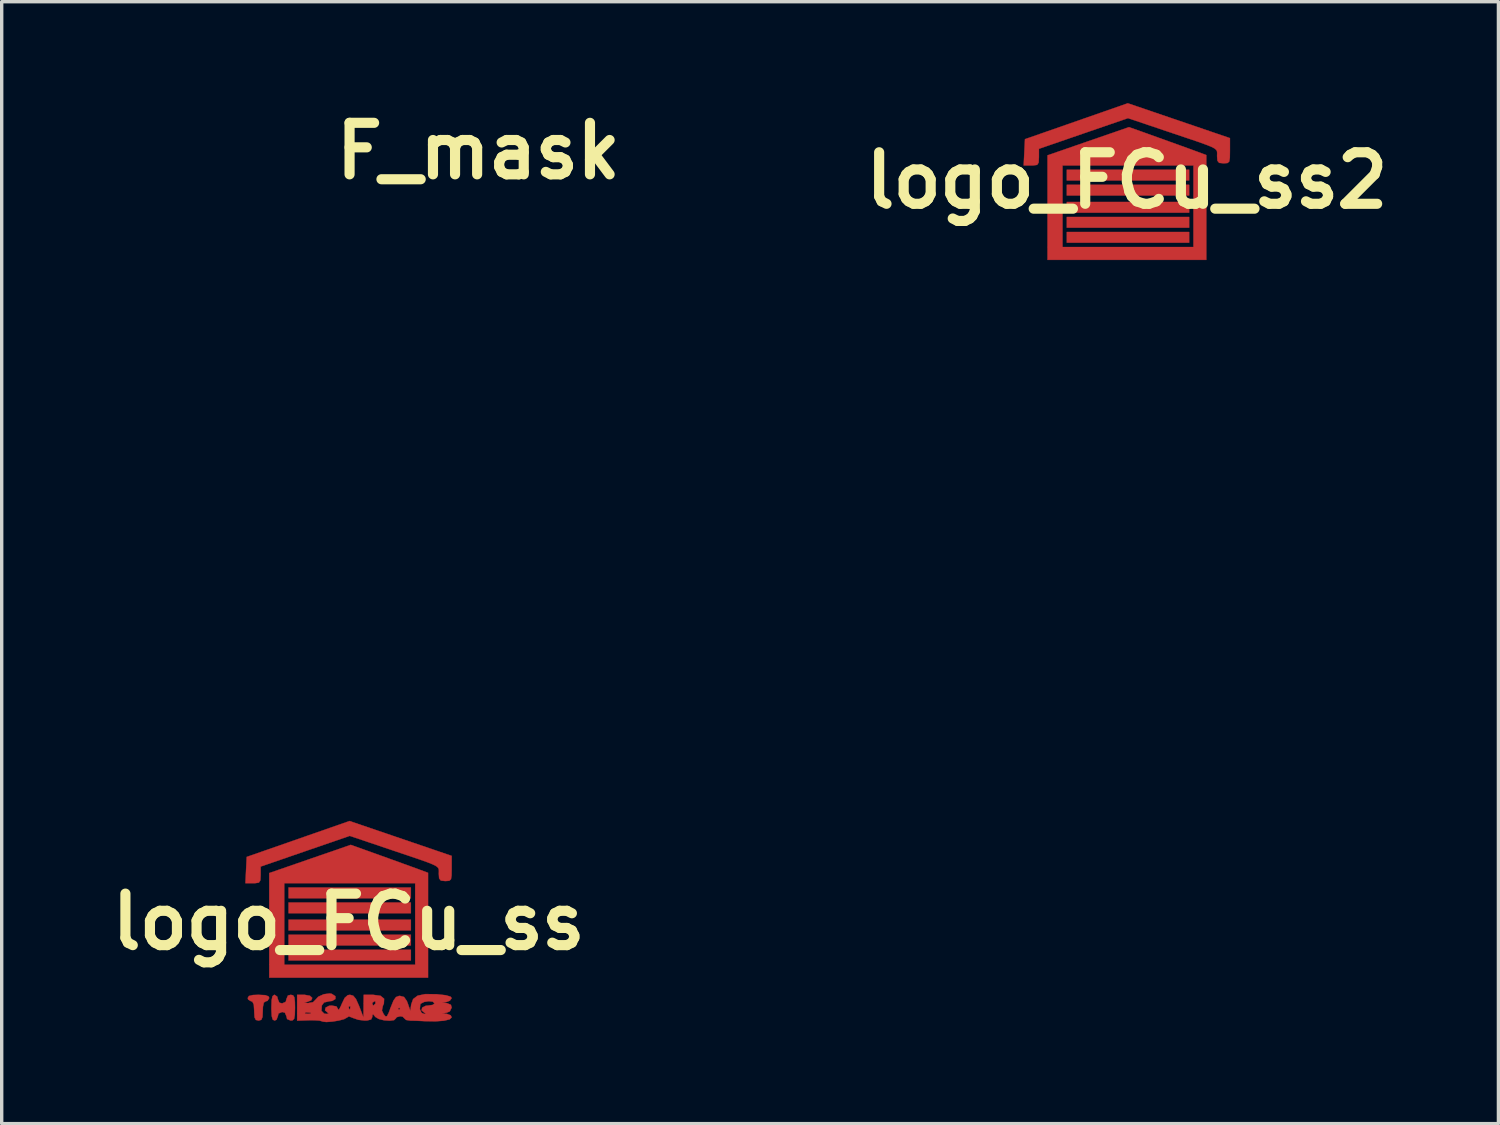
<source format=kicad_pcb>
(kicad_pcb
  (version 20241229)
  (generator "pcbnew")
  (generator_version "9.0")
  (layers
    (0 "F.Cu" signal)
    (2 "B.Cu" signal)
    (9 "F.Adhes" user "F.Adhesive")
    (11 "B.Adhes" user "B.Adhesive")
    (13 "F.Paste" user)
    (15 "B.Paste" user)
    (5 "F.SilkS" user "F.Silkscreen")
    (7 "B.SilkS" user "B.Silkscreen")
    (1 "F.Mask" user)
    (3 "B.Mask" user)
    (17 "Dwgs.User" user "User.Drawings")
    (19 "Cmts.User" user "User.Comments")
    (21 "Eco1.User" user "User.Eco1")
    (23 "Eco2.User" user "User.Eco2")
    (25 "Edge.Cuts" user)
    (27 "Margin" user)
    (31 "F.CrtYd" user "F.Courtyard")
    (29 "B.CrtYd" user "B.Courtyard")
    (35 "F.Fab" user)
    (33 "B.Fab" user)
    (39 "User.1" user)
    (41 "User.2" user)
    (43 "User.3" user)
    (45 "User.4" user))
  (footprint "logo_FCu_ss2"
    (layer "F.Cu")
    (at 30.287 2.289)
    (property "Reference" "logo_FCu_ss2" (at 0 0 0) (layer "F.SilkS") (effects (font (size 1.524 1.524) (thickness 0.3))))
    (attr through_hole)
    (fp_poly (pts (xy 1.841 0) (xy -1.778 0) (xy -1.778 -0.318) (xy 1.841 -0.318) (xy 1.841 0)) (stroke (width 0.01) (type solid)) (fill yes) (layer "F.Cu"))
    (fp_poly (pts (xy 1.841 0.445) (xy -1.778 0.445) (xy -1.778 0.127) (xy 1.841 0.127) (xy 1.841 0.445)) (stroke (width 0.01) (type solid)) (fill yes) (layer "F.Cu"))
    (fp_poly (pts (xy 1.841 0.953) (xy -1.778 0.953) (xy -1.778 0.635) (xy 1.841 0.635) (xy 1.841 0.953)) (stroke (width 0.01) (type solid)) (fill yes) (layer "F.Cu"))
    (fp_poly (pts (xy 1.841 1.397) (xy -1.778 1.397) (xy -1.778 1.079) (xy 1.841 1.079) (xy 1.841 1.397)) (stroke (width 0.01) (type solid)) (fill yes) (layer "F.Cu"))
    (fp_poly (pts (xy 1.841 1.841) (xy -1.778 1.841) (xy -1.778 1.524) (xy 1.841 1.524) (xy 1.841 1.841)) (stroke (width 0.01) (type solid)) (fill yes) (layer "F.Cu"))
    (fp_poly (pts (xy 0.936 -1.265) (xy 1.273 -1.144) (xy 1.59 -1.03) (xy 1.858 -0.933) (xy 2.045 -0.864) (xy 2.08 -0.852) (xy 2.349 -0.751) (xy 2.349 0.799) (xy 2.349 2.349) (xy -2.349 2.349) (xy -2.349 -0.445) (xy -1.905 -0.445) (xy -1.905 1.968) (xy 1.968 1.968) (xy 1.968 -0.445) (xy -1.905 -0.445) (xy -2.349 -0.445) (xy -2.349 -0.744) (xy -1.144 -1.161) (xy 0.062 -1.578) (xy 0.936 -1.265)) (stroke (width 0.01) (type solid)) (fill yes) (layer "F.Cu"))
    (fp_poly (pts (xy 3.048 -1.253) (xy 3.048 -0.88) (xy 3.045 -0.673) (xy 3.027 -0.561) (xy 2.978 -0.517) (xy 2.881 -0.508) (xy 2.857 -0.508) (xy 2.728 -0.521) (xy 2.676 -0.586) (xy 2.667 -0.723) (xy 2.669 -0.796) (xy 2.667 -0.853) (xy 2.646 -0.901) (xy 2.592 -0.948) (xy 2.491 -1) (xy 2.329 -1.064) (xy 2.093 -1.149) (xy 1.767 -1.259) (xy 1.339 -1.403) (xy 1.238 -1.437) (xy 0.032 -1.844) (xy -1.286 -1.391) (xy -2.603 -0.937) (xy -2.603 -0.691) (xy -2.611 -0.531) (xy -2.655 -0.462) (xy -2.771 -0.445) (xy -2.829 -0.445) (xy -3.054 -0.445) (xy -3.035 -0.833) (xy -3.016 -1.222) (xy 0.026 -2.284) (xy 3.048 -1.253)) (stroke (width 0.01) (type solid)) (fill yes) (layer "F.Cu")))
  (footprint "logo_FCu_ss"
    (layer "F.Cu")
    (at 7.264 24.22)
    (property "Reference" "logo_FCu_ss" (at 0 0 0) (layer "F.SilkS") (effects (font (size 1.524 1.524) (thickness 0.3))))
    (attr through_hole)
    (fp_poly (pts (xy 1.841 -0.699) (xy -1.778 -0.699) (xy -1.778 -1.016) (xy 1.841 -1.016) (xy 1.841 -0.699)) (stroke (width 0.01) (type solid)) (fill yes) (layer "F.Cu"))
    (fp_poly (pts (xy 1.841 -0.254) (xy -1.778 -0.254) (xy -1.778 -0.572) (xy 1.841 -0.572) (xy 1.841 -0.254)) (stroke (width 0.01) (type solid)) (fill yes) (layer "F.Cu"))
    (fp_poly (pts (xy 1.841 0.254) (xy -1.778 0.254) (xy -1.778 -0.064) (xy 1.841 -0.064) (xy 1.841 0.254)) (stroke (width 0.01) (type solid)) (fill yes) (layer "F.Cu"))
    (fp_poly (pts (xy 1.841 0.699) (xy -1.778 0.699) (xy -1.778 0.381) (xy 1.841 0.381) (xy 1.841 0.699)) (stroke (width 0.01) (type solid)) (fill yes) (layer "F.Cu"))
    (fp_poly (pts (xy 1.841 1.143) (xy -1.778 1.143) (xy -1.778 0.826) (xy 1.841 0.826) (xy 1.841 1.143)) (stroke (width 0.01) (type solid)) (fill yes) (layer "F.Cu"))
    (fp_poly (pts (xy 0.936 -1.964) (xy 1.273 -1.843) (xy 1.59 -1.728) (xy 1.858 -1.631) (xy 2.045 -1.563) (xy 2.08 -1.55) (xy 2.349 -1.45) (xy 2.349 0.101) (xy 2.349 1.651) (xy -2.349 1.651) (xy -2.349 -1.143) (xy -1.905 -1.143) (xy -1.905 1.27) (xy 1.968 1.27) (xy 1.968 -1.143) (xy -1.905 -1.143) (xy -2.349 -1.143) (xy -2.349 -1.443) (xy -1.144 -1.86) (xy 0.062 -2.277) (xy 0.936 -1.964)) (stroke (width 0.01) (type solid)) (fill yes) (layer "F.Cu"))
    (fp_poly (pts (xy -2.467 2.169) (xy -2.37 2.205) (xy -2.349 2.254) (xy -2.4 2.338) (xy -2.445 2.349) (xy -2.508 2.387) (xy -2.536 2.514) (xy -2.54 2.635) (xy -2.548 2.814) (xy -2.583 2.898) (xy -2.658 2.921) (xy -2.667 2.921) (xy -2.746 2.902) (xy -2.784 2.825) (xy -2.794 2.656) (xy -2.794 2.635) (xy -2.806 2.447) (xy -2.849 2.361) (xy -2.889 2.349) (xy -2.973 2.299) (xy -2.985 2.254) (xy -2.951 2.194) (xy -2.833 2.165) (xy -2.667 2.159) (xy -2.467 2.169)) (stroke (width 0.01) (type solid)) (fill yes) (layer "F.Cu"))
    (fp_poly (pts (xy -1.644 2.173) (xy -1.605 2.234) (xy -1.59 2.371) (xy -1.587 2.54) (xy -1.592 2.753) (xy -1.612 2.868) (xy -1.658 2.914) (xy -1.714 2.921) (xy -1.821 2.876) (xy -1.841 2.794) (xy -1.886 2.688) (xy -1.968 2.667) (xy -2.075 2.712) (xy -2.095 2.794) (xy -2.135 2.897) (xy -2.191 2.921) (xy -2.246 2.892) (xy -2.276 2.788) (xy -2.286 2.586) (xy -2.286 2.54) (xy -2.279 2.319) (xy -2.253 2.2) (xy -2.202 2.16) (xy -2.191 2.159) (xy -2.113 2.212) (xy -2.095 2.286) (xy -2.051 2.392) (xy -1.968 2.413) (xy -1.862 2.368) (xy -1.841 2.286) (xy -1.797 2.18) (xy -1.714 2.159) (xy -1.644 2.173)) (stroke (width 0.01) (type solid)) (fill yes) (layer "F.Cu"))
    (fp_poly (pts (xy 3.048 -1.951) (xy 3.048 -1.579) (xy 3.045 -1.371) (xy 3.027 -1.26) (xy 2.978 -1.215) (xy 2.881 -1.207) (xy 2.857 -1.206) (xy 2.728 -1.22) (xy 2.676 -1.285) (xy 2.667 -1.422) (xy 2.669 -1.494) (xy 2.667 -1.551) (xy 2.646 -1.599) (xy 2.592 -1.646) (xy 2.491 -1.698) (xy 2.329 -1.763) (xy 2.093 -1.847) (xy 1.767 -1.958) (xy 1.339 -2.102) (xy 1.238 -2.136) (xy 0.032 -2.543) (xy -1.286 -2.089) (xy -2.603 -1.635) (xy -2.603 -1.389) (xy -2.611 -1.23) (xy -2.655 -1.16) (xy -2.771 -1.143) (xy -2.829 -1.143) (xy -3.054 -1.143) (xy -3.035 -1.532) (xy -3.016 -1.92) (xy 0.026 -2.982) (xy 3.048 -1.951)) (stroke (width 0.01) (type solid)) (fill yes) (layer "F.Cu"))
    (fp_poly (pts (xy -0.5 2.13) (xy -0.392 2.2) (xy -0.391 2.282) (xy -0.486 2.34) (xy -0.567 2.349) (xy -0.727 2.385) (xy -0.794 2.476) (xy -0.804 2.634) (xy -0.721 2.717) (xy -0.647 2.725) (xy -0.589 2.709) (xy -0.619 2.688) (xy -0.701 2.617) (xy -0.681 2.537) (xy -0.577 2.483) (xy -0.508 2.477) (xy -0.362 2.501) (xy -0.313 2.583) (xy -0.313 2.588) (xy -0.291 2.602) (xy -0.255 2.54) (xy 0 2.54) (xy 0.023 2.592) (xy 0.042 2.582) (xy 0.05 2.507) (xy 0.042 2.498) (xy 0.005 2.506) (xy 0 2.54) (xy -0.255 2.54) (xy -0.241 2.516) (xy -0.204 2.429) (xy -0.118 2.25) (xy -0.027 2.17) (xy 0.04 2.159) (xy 0.135 2.185) (xy 0.216 2.282) (xy 0.303 2.475) (xy 0.31 2.492) (xy 0.438 2.826) (xy 0.442 2.413) (xy 0.699 2.413) (xy 0.72 2.475) (xy 0.727 2.477) (xy 0.781 2.432) (xy 0.794 2.413) (xy 0.789 2.354) (xy 0.766 2.349) (xy 0.701 2.396) (xy 0.699 2.413) (xy 0.442 2.413) (xy 0.445 2.159) (xy 0.723 2.159) (xy 0.943 2.188) (xy 1.049 2.275) (xy 1.042 2.419) (xy 1.013 2.482) (xy 0.984 2.622) (xy 1.036 2.733) (xy 1.09 2.797) (xy 1.133 2.791) (xy 1.182 2.698) (xy 1.229 2.572) (xy 1.46 2.572) (xy 1.492 2.603) (xy 1.524 2.572) (xy 1.492 2.54) (xy 1.46 2.572) (xy 1.229 2.572) (xy 1.246 2.526) (xy 1.327 2.328) (xy 1.4 2.226) (xy 1.489 2.192) (xy 1.519 2.191) (xy 1.638 2.223) (xy 1.721 2.341) (xy 1.749 2.413) (xy 1.826 2.635) (xy 1.832 2.584) (xy 2.106 2.584) (xy 2.159 2.694) (xy 2.236 2.725) (xy 2.284 2.712) (xy 2.238 2.688) (xy 2.156 2.617) (xy 2.176 2.537) (xy 2.281 2.483) (xy 2.349 2.477) (xy 2.483 2.458) (xy 2.54 2.414) (xy 2.54 2.413) (xy 2.489 2.362) (xy 2.369 2.349) (xy 2.234 2.37) (xy 2.135 2.42) (xy 2.118 2.445) (xy 2.106 2.584) (xy 1.832 2.584) (xy 1.85 2.445) (xy 1.907 2.285) (xy 2.041 2.184) (xy 2.266 2.138) (xy 2.596 2.141) (xy 2.619 2.143) (xy 2.877 2.172) (xy 3.016 2.214) (xy 3.048 2.257) (xy 2.994 2.333) (xy 2.905 2.368) (xy 2.762 2.396) (xy 2.905 2.404) (xy 3.024 2.454) (xy 3.048 2.536) (xy 2.993 2.649) (xy 2.905 2.686) (xy 2.762 2.713) (xy 2.905 2.722) (xy 3.019 2.765) (xy 3.048 2.826) (xy 2.988 2.885) (xy 2.821 2.925) (xy 2.565 2.944) (xy 2.238 2.938) (xy 2.191 2.935) (xy 1.983 2.926) (xy 1.826 2.923) (xy 1.699 2.903) (xy 1.651 2.859) (xy 1.598 2.806) (xy 1.524 2.794) (xy 1.421 2.821) (xy 1.397 2.857) (xy 1.343 2.908) (xy 1.212 2.925) (xy 1.047 2.913) (xy 0.891 2.874) (xy 0.79 2.814) (xy 0.787 2.81) (xy 0.722 2.733) (xy 0.702 2.76) (xy 0.701 2.81) (xy 0.666 2.888) (xy 0.546 2.919) (xy 0.475 2.921) (xy 0.284 2.898) (xy 0.128 2.844) (xy 0.124 2.842) (xy 0.007 2.797) (xy -0.05 2.832) (xy -0.134 2.879) (xy -0.296 2.921) (xy -0.488 2.952) (xy -0.662 2.964) (xy -0.771 2.951) (xy -0.782 2.944) (xy -0.864 2.922) (xy -1.031 2.912) (xy -1.174 2.913) (xy -1.524 2.924) (xy -1.524 2.712) (xy -1.294 2.712) (xy -1.206 2.72) (xy -1.116 2.71) (xy -1.127 2.688) (xy -1.257 2.68) (xy -1.286 2.688) (xy -1.294 2.712) (xy -1.524 2.712) (xy -1.524 2.159) (xy -1.302 2.159) (xy -1.146 2.187) (xy -1.077 2.25) (xy -1.105 2.321) (xy -1.222 2.368) (xy -1.31 2.389) (xy -1.28 2.399) (xy -1.197 2.404) (xy -1.053 2.377) (xy -0.993 2.317) (xy -0.897 2.214) (xy -0.733 2.141) (xy -0.559 2.119) (xy -0.5 2.13)) (stroke (width 0.01) (type solid)) (fill yes) (layer "F.Cu")))
  (footprint "F_mask"
    (layer "F.Cu")
    (at 11.101 1.418)
    (property "Reference" "F_mask" (at 0 0 0) (layer "F.SilkS") (effects (font (size 1.524 1.524) (thickness 0.3))))
    (attr through_hole)
    (fp_poly (pts (xy -2.685 11.374) (xy -2.504 11.396) (xy -2.233 11.43) (xy -1.891 11.474) (xy -1.494 11.525) (xy -1.219 11.561) (xy -0.579 11.639) (xy -0.047 11.694) (xy 0.394 11.726) (xy 0.761 11.738) (xy 0.934 11.735) (xy 1.592 11.716) (xy 1.574 13.95) (xy 1.569 14.542) (xy 1.564 15.021) (xy 1.558 15.399) (xy 1.55 15.691) (xy 1.539 15.91) (xy 1.525 16.068) (xy 1.507 16.179) (xy 1.484 16.258) (xy 1.454 16.316) (xy 1.422 16.363) (xy 1.315 16.496) (xy 1.207 16.599) (xy 1.078 16.675) (xy 0.913 16.73) (xy 0.692 16.766) (xy 0.399 16.789) (xy 0.014 16.801) (xy -0.478 16.808) (xy -0.508 16.808) (xy -0.921 16.81) (xy -1.3 16.807) (xy -1.622 16.799) (xy -1.866 16.789) (xy -2.012 16.775) (xy -2.034 16.77) (xy -2.342 16.624) (xy -2.571 16.396) (xy -2.623 16.32) (xy -2.659 16.258) (xy -2.688 16.193) (xy -2.712 16.11) (xy -2.73 15.996) (xy -2.744 15.838) (xy -2.755 15.623) (xy -2.763 15.338) (xy -2.77 14.969) (xy -2.775 14.503) (xy -2.78 13.927) (xy -2.782 13.732) (xy -2.785 13.198) (xy -2.786 12.706) (xy -2.784 12.27) (xy -2.781 11.905) (xy -2.775 11.623) (xy -2.768 11.439) (xy -2.758 11.367) (xy -2.757 11.367) (xy -2.685 11.374)) (stroke (width 0.01) (type solid)) (fill yes) (layer "F.Mask"))
    (fp_poly (pts (xy 5.647 3.805) (xy 5.75 3.899) (xy 5.792 3.95) (xy 5.904 4.088) (xy 6.075 4.287) (xy 6.276 4.515) (xy 6.397 4.649) (xy 6.623 4.903) (xy 6.862 5.179) (xy 7.1 5.462) (xy 7.324 5.734) (xy 7.52 5.979) (xy 7.675 6.179) (xy 7.773 6.318) (xy 7.803 6.379) (xy 7.803 6.379) (xy 7.733 6.382) (xy 7.564 6.369) (xy 7.321 6.344) (xy 7.055 6.311) (xy 6.761 6.275) (xy 6.511 6.249) (xy 6.332 6.235) (xy 6.257 6.236) (xy 6.273 6.289) (xy 6.358 6.428) (xy 6.503 6.64) (xy 6.699 6.913) (xy 6.936 7.231) (xy 7.185 7.556) (xy 7.456 7.909) (xy 7.699 8.229) (xy 7.904 8.502) (xy 8.062 8.716) (xy 8.16 8.855) (xy 8.191 8.906) (xy 8.182 8.927) (xy 8.147 8.94) (xy 8.07 8.942) (xy 7.938 8.933) (xy 7.737 8.91) (xy 7.451 8.873) (xy 7.068 8.821) (xy 6.604 8.755) (xy 6.143 8.691) (xy 5.662 8.624) (xy 5.198 8.56) (xy 4.787 8.504) (xy 4.493 8.464) (xy 4.18 8.418) (xy 3.926 8.371) (xy 3.754 8.327) (xy 3.684 8.293) (xy 3.683 8.29) (xy 3.707 8.217) (xy 3.775 8.042) (xy 3.88 7.783) (xy 4.014 7.455) (xy 4.173 7.073) (xy 4.348 6.653) (xy 4.533 6.212) (xy 4.722 5.764) (xy 4.908 5.327) (xy 5.084 4.915) (xy 5.244 4.544) (xy 5.38 4.23) (xy 5.487 3.99) (xy 5.557 3.838) (xy 5.583 3.791) (xy 5.647 3.805)) (stroke (width 0.01) (type solid)) (fill yes) (layer "F.Mask"))
    (fp_poly (pts (xy -7.254 2.123) (xy -7.236 2.193) (xy -7.204 2.371) (xy -7.159 2.642) (xy -7.105 2.987) (xy -7.043 3.391) (xy -6.976 3.837) (xy -6.907 4.307) (xy -6.838 4.785) (xy -6.771 5.253) (xy -6.709 5.696) (xy -6.655 6.095) (xy -6.61 6.435) (xy -6.577 6.698) (xy -6.56 6.867) (xy -6.557 6.923) (xy -6.578 6.966) (xy -6.64 6.987) (xy -6.765 6.988) (xy -6.978 6.968) (xy -7.176 6.944) (xy -7.507 6.904) (xy -7.853 6.867) (xy -8.154 6.838) (xy -8.223 6.832) (xy -8.434 6.811) (xy -8.719 6.78) (xy -9.057 6.739) (xy -9.425 6.693) (xy -9.804 6.644) (xy -10.17 6.595) (xy -10.503 6.549) (xy -10.781 6.508) (xy -10.983 6.476) (xy -11.087 6.455) (xy -11.096 6.451) (xy -11.054 6.408) (xy -10.925 6.297) (xy -10.72 6.13) (xy -10.452 5.917) (xy -10.134 5.668) (xy -9.78 5.393) (xy -9.777 5.392) (xy -9.362 5.07) (xy -9.041 4.816) (xy -8.806 4.624) (xy -8.649 4.484) (xy -8.561 4.39) (xy -8.534 4.336) (xy -8.551 4.315) (xy -8.659 4.291) (xy -8.863 4.258) (xy -9.131 4.222) (xy -9.381 4.192) (xy -9.66 4.155) (xy -9.882 4.118) (xy -10.023 4.083) (xy -10.061 4.058) (xy -10 4.004) (xy -9.858 3.894) (xy -9.654 3.742) (xy -9.408 3.562) (xy -9.142 3.369) (xy -8.875 3.179) (xy -8.629 3.005) (xy -8.423 2.862) (xy -8.278 2.766) (xy -8.215 2.731) (xy -8.215 2.731) (xy -8.15 2.696) (xy -8.009 2.602) (xy -7.817 2.468) (xy -7.734 2.408) (xy -7.531 2.267) (xy -7.368 2.167) (xy -7.269 2.122) (xy -7.254 2.123)) (stroke (width 0.01) (type solid)) (fill yes) (layer "F.Mask")))
  (gr_rect
    (start -3 -3)
    (end 41.277 30.189)
    (stroke (width 0.1) (type default))
    (fill no)
    (layer "Edge.Cuts")))
</source>
